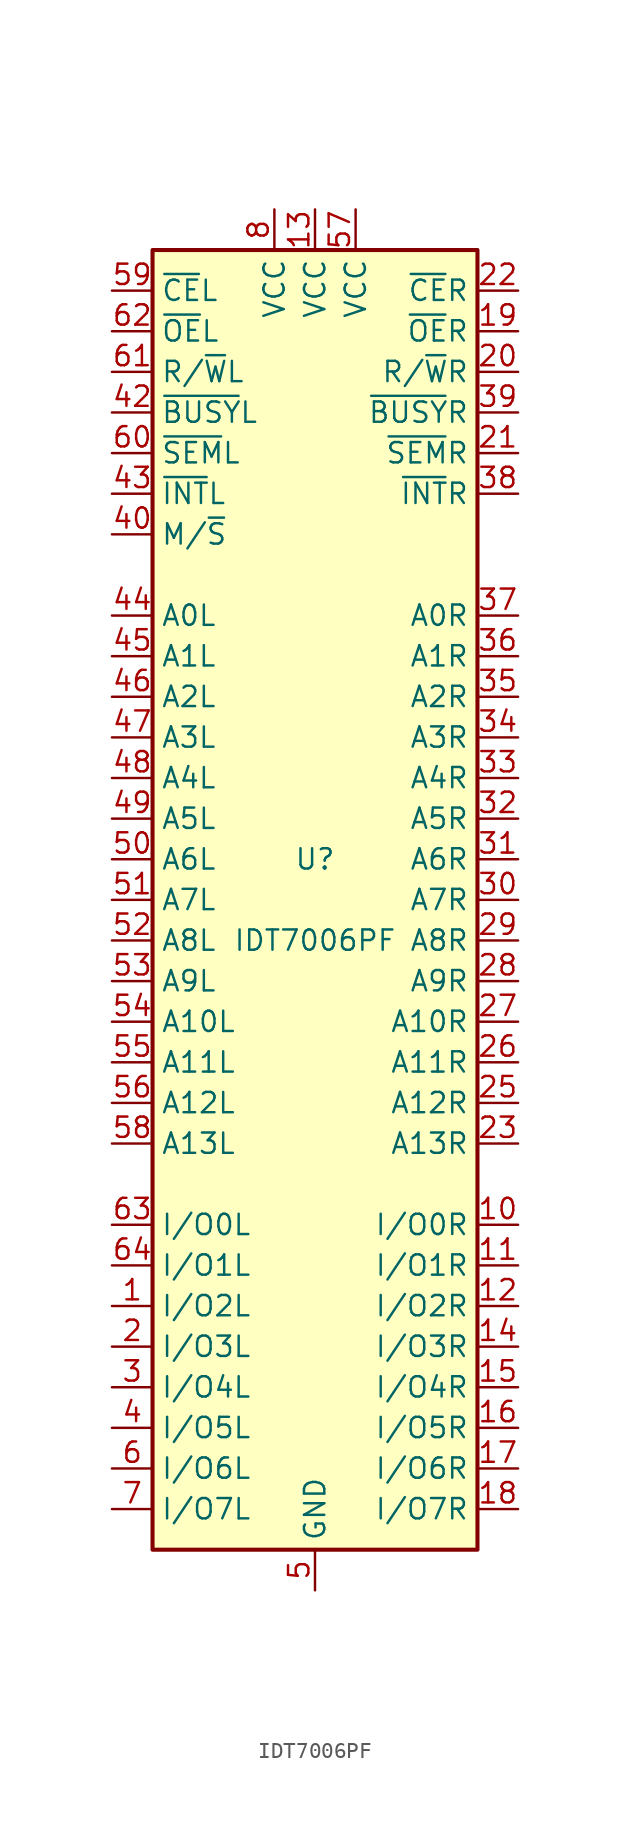
<source format=kicad_sym>
(kicad_symbol_lib
  (version 20201005)
  (generator kicad_symbol_editor)
  (symbol "Memory_RAM:IDT7006PF"
    (property "Reference" "U"
      (at 0 2.54 0)
      (effects (font (size 1.27 1.27))))
    (property "Value" "IDT7006PF"
      (at 0 -2.54 0)
      (effects (font (size 1.27 1.27))))
    (symbol "IDT7006PF_0_1"
      (rectangle (start -10.16 -40.64) (end 10.16 40.64) (stroke (width 0.254)) (fill (type background))))
    (symbol "IDT7006PF_1_1"
      (pin bidirectional line (at -12.7 -25.4 0) (length 2.54) (name "I/O2L" (effects (font (size 1.27 1.27)))) (number "1" (effects (font (size 1.27 1.27)))))
      (pin bidirectional line (at 12.7 -20.32 180) (length 2.54) (name "I/O0R" (effects (font (size 1.27 1.27)))) (number "10" (effects (font (size 1.27 1.27)))))
      (pin bidirectional line (at 12.7 -22.86 180) (length 2.54) (name "I/O1R" (effects (font (size 1.27 1.27)))) (number "11" (effects (font (size 1.27 1.27)))))
      (pin bidirectional line (at 12.7 -25.4 180) (length 2.54) (name "I/O2R" (effects (font (size 1.27 1.27)))) (number "12" (effects (font (size 1.27 1.27)))))
      (pin power_in line (at 0 43.18 270) (length 2.54) (name "VCC" (effects (font (size 1.27 1.27)))) (number "13" (effects (font (size 1.27 1.27)))))
      (pin bidirectional line (at 12.7 -27.94 180) (length 2.54) (name "I/O3R" (effects (font (size 1.27 1.27)))) (number "14" (effects (font (size 1.27 1.27)))))
      (pin bidirectional line (at 12.7 -30.48 180) (length 2.54) (name "I/O4R" (effects (font (size 1.27 1.27)))) (number "15" (effects (font (size 1.27 1.27)))))
      (pin bidirectional line (at 12.7 -33.02 180) (length 2.54) (name "I/O5R" (effects (font (size 1.27 1.27)))) (number "16" (effects (font (size 1.27 1.27)))))
      (pin bidirectional line (at 12.7 -35.56 180) (length 2.54) (name "I/O6R" (effects (font (size 1.27 1.27)))) (number "17" (effects (font (size 1.27 1.27)))))
      (pin bidirectional line (at 12.7 -38.1 180) (length 2.54) (name "I/O7R" (effects (font (size 1.27 1.27)))) (number "18" (effects (font (size 1.27 1.27)))))
      (pin input line (at 12.7 35.56 180) (length 2.54) (name "~OE~R" (effects (font (size 1.27 1.27)))) (number "19" (effects (font (size 1.27 1.27)))))
      (pin bidirectional line (at -12.7 -27.94 0) (length 2.54) (name "I/O3L" (effects (font (size 1.27 1.27)))) (number "2" (effects (font (size 1.27 1.27)))))
      (pin input line (at 12.7 33.02 180) (length 2.54) (name "R/~W~R" (effects (font (size 1.27 1.27)))) (number "20" (effects (font (size 1.27 1.27)))))
      (pin input line (at 12.7 27.94 180) (length 2.54) (name "~SEM~R" (effects (font (size 1.27 1.27)))) (number "21" (effects (font (size 1.27 1.27)))))
      (pin input line (at 12.7 38.1 180) (length 2.54) (name "~CE~R" (effects (font (size 1.27 1.27)))) (number "22" (effects (font (size 1.27 1.27)))))
      (pin input line (at 12.7 -15.24 180) (length 2.54) (name "A13R" (effects (font (size 1.27 1.27)))) (number "23" (effects (font (size 1.27 1.27)))))
      (pin passive line (at 0 -43.18 90) (length 2.54) hide (name "GND" (effects (font (size 1.27 1.27)))) (number "24" (effects (font (size 1.27 1.27)))))
      (pin input line (at 12.7 -12.7 180) (length 2.54) (name "A12R" (effects (font (size 1.27 1.27)))) (number "25" (effects (font (size 1.27 1.27)))))
      (pin input line (at 12.7 -10.16 180) (length 2.54) (name "A11R" (effects (font (size 1.27 1.27)))) (number "26" (effects (font (size 1.27 1.27)))))
      (pin input line (at 12.7 -7.62 180) (length 2.54) (name "A10R" (effects (font (size 1.27 1.27)))) (number "27" (effects (font (size 1.27 1.27)))))
      (pin input line (at 12.7 -5.08 180) (length 2.54) (name "A9R" (effects (font (size 1.27 1.27)))) (number "28" (effects (font (size 1.27 1.27)))))
      (pin input line (at 12.7 -2.54 180) (length 2.54) (name "A8R" (effects (font (size 1.27 1.27)))) (number "29" (effects (font (size 1.27 1.27)))))
      (pin bidirectional line (at -12.7 -30.48 0) (length 2.54) (name "I/O4L" (effects (font (size 1.27 1.27)))) (number "3" (effects (font (size 1.27 1.27)))))
      (pin input line (at 12.7 0 180) (length 2.54) (name "A7R" (effects (font (size 1.27 1.27)))) (number "30" (effects (font (size 1.27 1.27)))))
      (pin input line (at 12.7 2.54 180) (length 2.54) (name "A6R" (effects (font (size 1.27 1.27)))) (number "31" (effects (font (size 1.27 1.27)))))
      (pin input line (at 12.7 5.08 180) (length 2.54) (name "A5R" (effects (font (size 1.27 1.27)))) (number "32" (effects (font (size 1.27 1.27)))))
      (pin input line (at 12.7 7.62 180) (length 2.54) (name "A4R" (effects (font (size 1.27 1.27)))) (number "33" (effects (font (size 1.27 1.27)))))
      (pin input line (at 12.7 10.16 180) (length 2.54) (name "A3R" (effects (font (size 1.27 1.27)))) (number "34" (effects (font (size 1.27 1.27)))))
      (pin input line (at 12.7 12.7 180) (length 2.54) (name "A2R" (effects (font (size 1.27 1.27)))) (number "35" (effects (font (size 1.27 1.27)))))
      (pin input line (at 12.7 15.24 180) (length 2.54) (name "A1R" (effects (font (size 1.27 1.27)))) (number "36" (effects (font (size 1.27 1.27)))))
      (pin input line (at 12.7 17.78 180) (length 2.54) (name "A0R" (effects (font (size 1.27 1.27)))) (number "37" (effects (font (size 1.27 1.27)))))
      (pin output line (at 12.7 25.4 180) (length 2.54) (name "~INT~R" (effects (font (size 1.27 1.27)))) (number "38" (effects (font (size 1.27 1.27)))))
      (pin output line (at 12.7 30.48 180) (length 2.54) (name "~BUSY~R" (effects (font (size 1.27 1.27)))) (number "39" (effects (font (size 1.27 1.27)))))
      (pin bidirectional line (at -12.7 -33.02 0) (length 2.54) (name "I/O5L" (effects (font (size 1.27 1.27)))) (number "4" (effects (font (size 1.27 1.27)))))
      (pin input line (at -12.7 22.86 0) (length 2.54) (name "M/~S~" (effects (font (size 1.27 1.27)))) (number "40" (effects (font (size 1.27 1.27)))))
      (pin passive line (at 0 -43.18 90) (length 2.54) hide (name "GND" (effects (font (size 1.27 1.27)))) (number "41" (effects (font (size 1.27 1.27)))))
      (pin output line (at -12.7 30.48 0) (length 2.54) (name "~BUSY~L" (effects (font (size 1.27 1.27)))) (number "42" (effects (font (size 1.27 1.27)))))
      (pin output line (at -12.7 25.4 0) (length 2.54) (name "~INT~L" (effects (font (size 1.27 1.27)))) (number "43" (effects (font (size 1.27 1.27)))))
      (pin input line (at -12.7 17.78 0) (length 2.54) (name "A0L" (effects (font (size 1.27 1.27)))) (number "44" (effects (font (size 1.27 1.27)))))
      (pin input line (at -12.7 15.24 0) (length 2.54) (name "A1L" (effects (font (size 1.27 1.27)))) (number "45" (effects (font (size 1.27 1.27)))))
      (pin input line (at -12.7 12.7 0) (length 2.54) (name "A2L" (effects (font (size 1.27 1.27)))) (number "46" (effects (font (size 1.27 1.27)))))
      (pin input line (at -12.7 10.16 0) (length 2.54) (name "A3L" (effects (font (size 1.27 1.27)))) (number "47" (effects (font (size 1.27 1.27)))))
      (pin input line (at -12.7 7.62 0) (length 2.54) (name "A4L" (effects (font (size 1.27 1.27)))) (number "48" (effects (font (size 1.27 1.27)))))
      (pin input line (at -12.7 5.08 0) (length 2.54) (name "A5L" (effects (font (size 1.27 1.27)))) (number "49" (effects (font (size 1.27 1.27)))))
      (pin power_in line (at 0 -43.18 90) (length 2.54) (name "GND" (effects (font (size 1.27 1.27)))) (number "5" (effects (font (size 1.27 1.27)))))
      (pin input line (at -12.7 2.54 0) (length 2.54) (name "A6L" (effects (font (size 1.27 1.27)))) (number "50" (effects (font (size 1.27 1.27)))))
      (pin input line (at -12.7 0 0) (length 2.54) (name "A7L" (effects (font (size 1.27 1.27)))) (number "51" (effects (font (size 1.27 1.27)))))
      (pin input line (at -12.7 -2.54 0) (length 2.54) (name "A8L" (effects (font (size 1.27 1.27)))) (number "52" (effects (font (size 1.27 1.27)))))
      (pin input line (at -12.7 -5.08 0) (length 2.54) (name "A9L" (effects (font (size 1.27 1.27)))) (number "53" (effects (font (size 1.27 1.27)))))
      (pin input line (at -12.7 -7.62 0) (length 2.54) (name "A10L" (effects (font (size 1.27 1.27)))) (number "54" (effects (font (size 1.27 1.27)))))
      (pin input line (at -12.7 -10.16 0) (length 2.54) (name "A11L" (effects (font (size 1.27 1.27)))) (number "55" (effects (font (size 1.27 1.27)))))
      (pin input line (at -12.7 -12.7 0) (length 2.54) (name "A12L" (effects (font (size 1.27 1.27)))) (number "56" (effects (font (size 1.27 1.27)))))
      (pin power_in line (at 2.54 43.18 270) (length 2.54) (name "VCC" (effects (font (size 1.27 1.27)))) (number "57" (effects (font (size 1.27 1.27)))))
      (pin input line (at -12.7 -15.24 0) (length 2.54) (name "A13L" (effects (font (size 1.27 1.27)))) (number "58" (effects (font (size 1.27 1.27)))))
      (pin input line (at -12.7 38.1 0) (length 2.54) (name "~CE~L" (effects (font (size 1.27 1.27)))) (number "59" (effects (font (size 1.27 1.27)))))
      (pin bidirectional line (at -12.7 -35.56 0) (length 2.54) (name "I/O6L" (effects (font (size 1.27 1.27)))) (number "6" (effects (font (size 1.27 1.27)))))
      (pin input line (at -12.7 27.94 0) (length 2.54) (name "~SEM~L" (effects (font (size 1.27 1.27)))) (number "60" (effects (font (size 1.27 1.27)))))
      (pin input line (at -12.7 33.02 0) (length 2.54) (name "R/~W~L" (effects (font (size 1.27 1.27)))) (number "61" (effects (font (size 1.27 1.27)))))
      (pin input line (at -12.7 35.56 0) (length 2.54) (name "~OE~L" (effects (font (size 1.27 1.27)))) (number "62" (effects (font (size 1.27 1.27)))))
      (pin bidirectional line (at -12.7 -20.32 0) (length 2.54) (name "I/O0L" (effects (font (size 1.27 1.27)))) (number "63" (effects (font (size 1.27 1.27)))))
      (pin bidirectional line (at -12.7 -22.86 0) (length 2.54) (name "I/O1L" (effects (font (size 1.27 1.27)))) (number "64" (effects (font (size 1.27 1.27)))))
      (pin bidirectional line (at -12.7 -38.1 0) (length 2.54) (name "I/O7L" (effects (font (size 1.27 1.27)))) (number "7" (effects (font (size 1.27 1.27)))))
      (pin power_in line (at -2.54 43.18 270) (length 2.54) (name "VCC" (effects (font (size 1.27 1.27)))) (number "8" (effects (font (size 1.27 1.27)))))
      (pin passive line (at 0 -43.18 90) (length 2.54) hide (name "GND" (effects (font (size 1.27 1.27)))) (number "9" (effects (font (size 1.27 1.27))))))))
</source>
